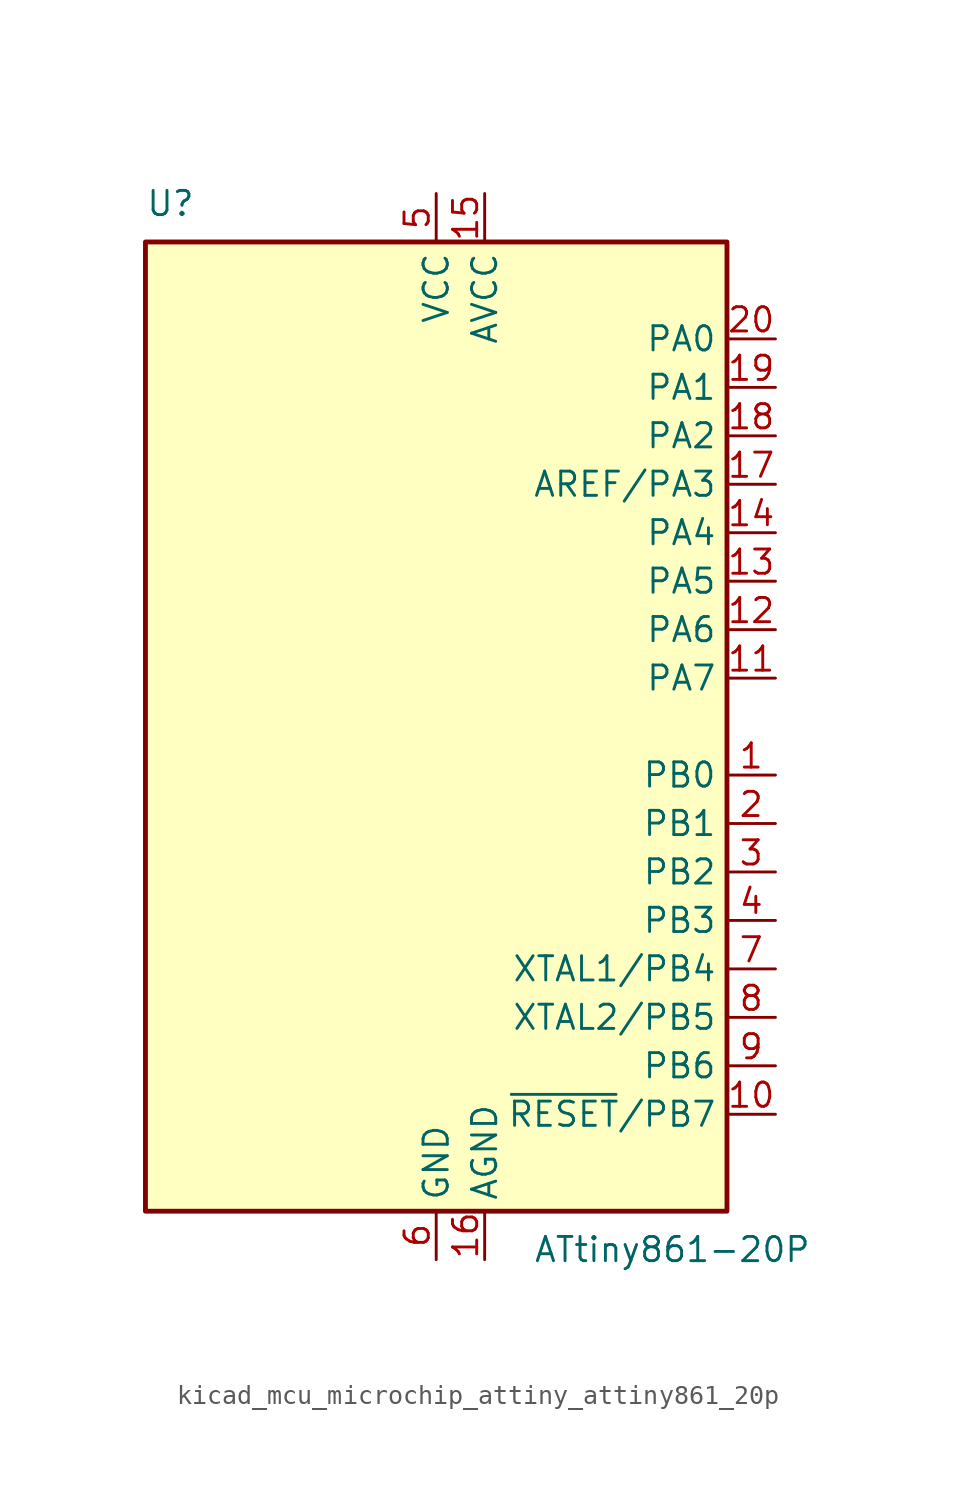
<source format=kicad_sym>
(kicad_symbol_lib
  (version 20220914)
  (generator kicad_symbol_editor)
  (symbol "kicad_mcu_microchip_attiny_attiny861_20p"
    (property "Reference" "U"
      (at -15.24 26.67 0)
      (effects (font (size 1.27 1.27)) (justify left bottom)))
    (property "Value" "ATtiny861-20P"
      (at 5.08 -26.67 0)
      (effects (font (size 1.27 1.27)) (justify left top)))
    (symbol "kicad_mcu_microchip_attiny_attiny861_20p_0_1"
      (rectangle (start -15.24 -25.4) (end 15.24 25.4) (stroke (width 0.254) (type default)) (fill (type background))))
    (symbol "kicad_mcu_microchip_attiny_attiny861_20p_1_1"
      (pin bidirectional line (at 17.78 -2.54 180) (length 2.54) (name "PB0" (effects (font (size 1.27 1.27)))) (number "1" (effects (font (size 1.27 1.27)))))
      (pin bidirectional line (at 17.78 -20.32 180) (length 2.54) (name "~{RESET}/PB7" (effects (font (size 1.27 1.27)))) (number "10" (effects (font (size 1.27 1.27)))))
      (pin bidirectional line (at 17.78 2.54 180) (length 2.54) (name "PA7" (effects (font (size 1.27 1.27)))) (number "11" (effects (font (size 1.27 1.27)))))
      (pin bidirectional line (at 17.78 5.08 180) (length 2.54) (name "PA6" (effects (font (size 1.27 1.27)))) (number "12" (effects (font (size 1.27 1.27)))))
      (pin bidirectional line (at 17.78 7.62 180) (length 2.54) (name "PA5" (effects (font (size 1.27 1.27)))) (number "13" (effects (font (size 1.27 1.27)))))
      (pin bidirectional line (at 17.78 10.16 180) (length 2.54) (name "PA4" (effects (font (size 1.27 1.27)))) (number "14" (effects (font (size 1.27 1.27)))))
      (pin power_in line (at 2.54 27.94 270) (length 2.54) (name "AVCC" (effects (font (size 1.27 1.27)))) (number "15" (effects (font (size 1.27 1.27)))))
      (pin power_in line (at 2.54 -27.94 90) (length 2.54) (name "AGND" (effects (font (size 1.27 1.27)))) (number "16" (effects (font (size 1.27 1.27)))))
      (pin bidirectional line (at 17.78 12.7 180) (length 2.54) (name "AREF/PA3" (effects (font (size 1.27 1.27)))) (number "17" (effects (font (size 1.27 1.27)))))
      (pin bidirectional line (at 17.78 15.24 180) (length 2.54) (name "PA2" (effects (font (size 1.27 1.27)))) (number "18" (effects (font (size 1.27 1.27)))))
      (pin bidirectional line (at 17.78 17.78 180) (length 2.54) (name "PA1" (effects (font (size 1.27 1.27)))) (number "19" (effects (font (size 1.27 1.27)))))
      (pin bidirectional line (at 17.78 -5.08 180) (length 2.54) (name "PB1" (effects (font (size 1.27 1.27)))) (number "2" (effects (font (size 1.27 1.27)))))
      (pin bidirectional line (at 17.78 20.32 180) (length 2.54) (name "PA0" (effects (font (size 1.27 1.27)))) (number "20" (effects (font (size 1.27 1.27)))))
      (pin bidirectional line (at 17.78 -7.62 180) (length 2.54) (name "PB2" (effects (font (size 1.27 1.27)))) (number "3" (effects (font (size 1.27 1.27)))))
      (pin bidirectional line (at 17.78 -10.16 180) (length 2.54) (name "PB3" (effects (font (size 1.27 1.27)))) (number "4" (effects (font (size 1.27 1.27)))))
      (pin power_in line (at 0 27.94 270) (length 2.54) (name "VCC" (effects (font (size 1.27 1.27)))) (number "5" (effects (font (size 1.27 1.27)))))
      (pin power_in line (at 0 -27.94 90) (length 2.54) (name "GND" (effects (font (size 1.27 1.27)))) (number "6" (effects (font (size 1.27 1.27)))))
      (pin bidirectional line (at 17.78 -12.7 180) (length 2.54) (name "XTAL1/PB4" (effects (font (size 1.27 1.27)))) (number "7" (effects (font (size 1.27 1.27)))))
      (pin bidirectional line (at 17.78 -15.24 180) (length 2.54) (name "XTAL2/PB5" (effects (font (size 1.27 1.27)))) (number "8" (effects (font (size 1.27 1.27)))))
      (pin bidirectional line (at 17.78 -17.78 180) (length 2.54) (name "PB6" (effects (font (size 1.27 1.27)))) (number "9" (effects (font (size 1.27 1.27))))))))
</source>
